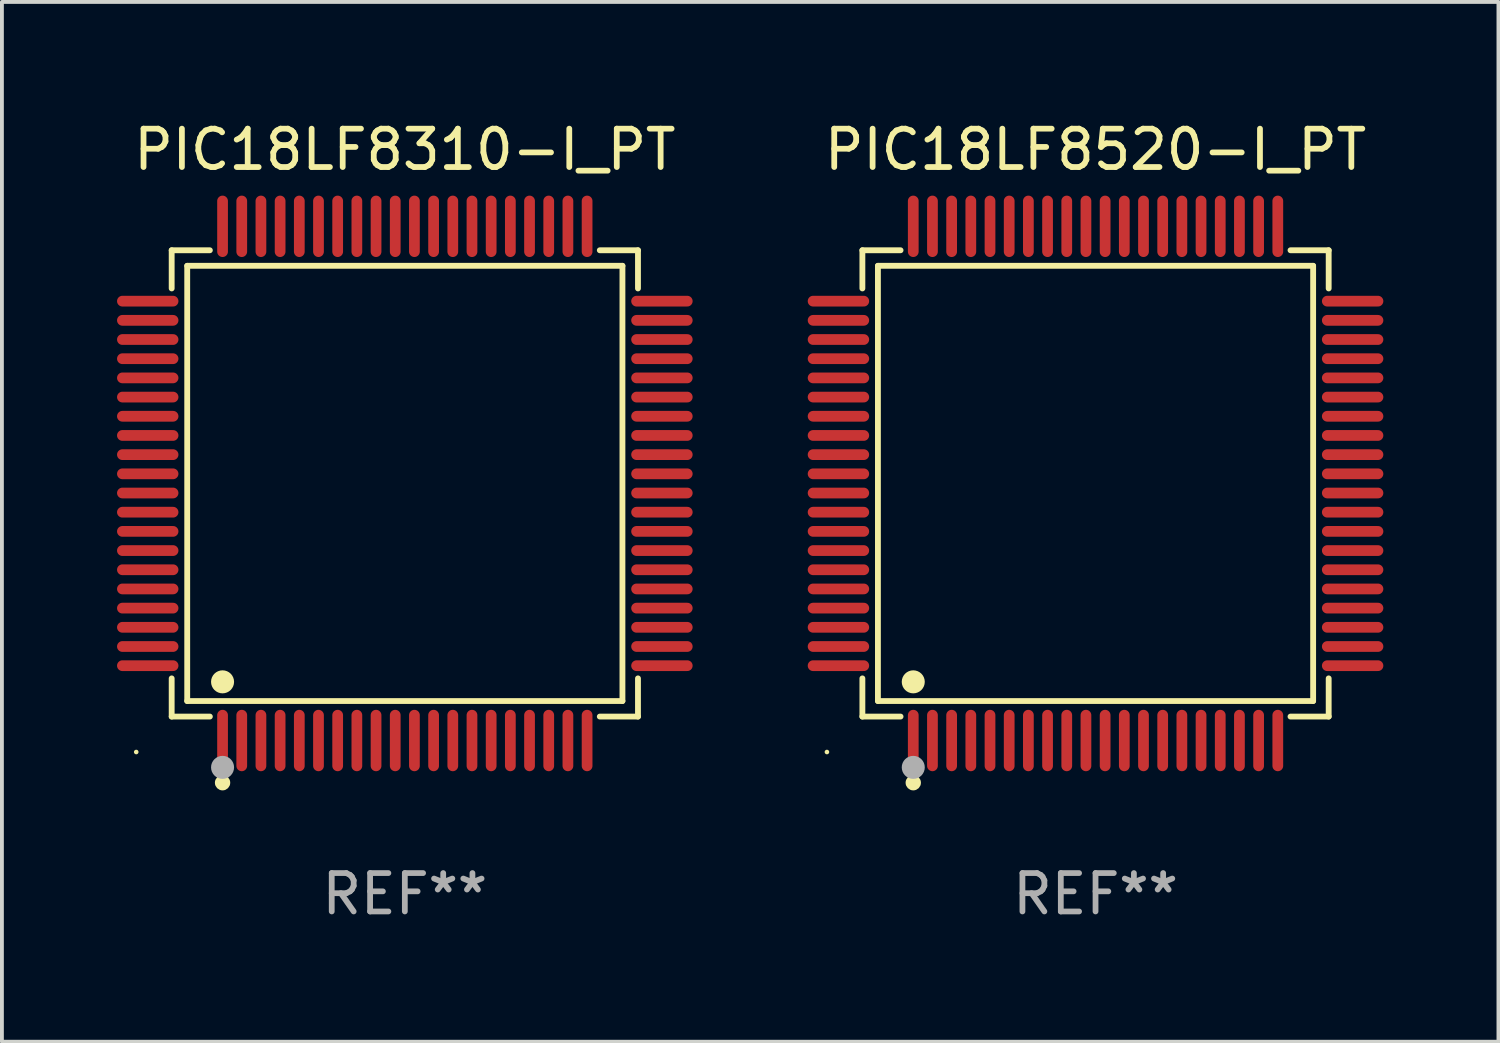
<source format=kicad_pcb>
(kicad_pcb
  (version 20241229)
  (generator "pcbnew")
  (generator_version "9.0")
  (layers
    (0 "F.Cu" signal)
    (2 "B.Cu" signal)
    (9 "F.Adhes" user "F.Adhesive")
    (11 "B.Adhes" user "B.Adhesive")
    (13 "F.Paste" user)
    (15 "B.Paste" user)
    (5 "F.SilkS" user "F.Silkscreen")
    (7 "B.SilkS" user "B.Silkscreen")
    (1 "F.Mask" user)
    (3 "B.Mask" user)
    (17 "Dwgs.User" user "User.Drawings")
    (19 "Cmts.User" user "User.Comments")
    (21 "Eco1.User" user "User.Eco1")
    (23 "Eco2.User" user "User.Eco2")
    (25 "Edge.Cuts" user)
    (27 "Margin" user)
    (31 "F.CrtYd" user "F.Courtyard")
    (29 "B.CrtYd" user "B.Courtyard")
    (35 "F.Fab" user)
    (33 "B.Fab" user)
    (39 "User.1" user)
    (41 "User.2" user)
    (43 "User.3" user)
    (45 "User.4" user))
  (footprint "PIC18LF8310-I_PT"
    (layer "F.Cu")
    (at 7.5 9.548)
    (property "Reference" "PIC18LF8310-I_PT" (at 0 -8.7 0) (layer "F.SilkS") (effects (font (size 1 1) (thickness 0.15))))
    (attr through_hole)
    (fp_line (start -6.076 -6.076) (end -5.081 -6.076) (stroke (width 0.152) (type solid)) (layer "F.SilkS"))
    (fp_line (start -6.076 -5.081) (end -6.076 -6.076) (stroke (width 0.152) (type solid)) (layer "F.SilkS"))
    (fp_line (start -6.076 5.081) (end -6.076 6.076) (stroke (width 0.152) (type solid)) (layer "F.SilkS"))
    (fp_line (start -6.076 6.076) (end -5.081 6.076) (stroke (width 0.152) (type solid)) (layer "F.SilkS"))
    (fp_line (start -5.671 -5.671) (end 5.671 -5.671) (stroke (width 0.152) (type solid)) (layer "F.SilkS"))
    (fp_line (start -5.671 5.671) (end -5.671 -5.671) (stroke (width 0.152) (type solid)) (layer "F.SilkS"))
    (fp_line (start 5.671 -5.671) (end 5.671 5.671) (stroke (width 0.152) (type solid)) (layer "F.SilkS"))
    (fp_line (start 5.671 5.671) (end -5.671 5.671) (stroke (width 0.152) (type solid)) (layer "F.SilkS"))
    (fp_line (start 6.076 -6.076) (end 5.081 -6.076) (stroke (width 0.152) (type solid)) (layer "F.SilkS"))
    (fp_line (start 6.076 -5.081) (end 6.076 -6.076) (stroke (width 0.152) (type solid)) (layer "F.SilkS"))
    (fp_line (start 6.076 5.081) (end 6.076 6.076) (stroke (width 0.152) (type solid)) (layer "F.SilkS"))
    (fp_line (start 6.076 6.076) (end 5.081 6.076) (stroke (width 0.152) (type solid)) (layer "F.SilkS"))
    (fp_circle (center -7 7) (end -6.97 7) (stroke (width 0.06) (type solid)) (fill no) (layer "F.SilkS"))
    (fp_circle (center -4.75 5.171) (end -4.6 5.171) (stroke (width 0.3) (type solid)) (fill no) (layer "F.SilkS"))
    (fp_circle (center -4.75 7.8) (end -4.65 7.8) (stroke (width 0.2) (type solid)) (fill no) (layer "F.SilkS"))
    (fp_circle (center -4.75 7.4) (end -4.6 7.4) (stroke (width 0.3) (type solid)) (fill no) (layer "F.Fab"))
    (fp_text user "REF**" (at 0 10.7 0) (layer "F.Fab") (effects (font (size 1 1) (thickness 0.15))))
    (pad "1" smd oval (at -4.75 6.7) (size 0.28 1.6) (layers "F.Cu" "F.Mask" "F.Paste"))
    (pad "2" smd oval (at -4.25 6.7) (size 0.28 1.6) (layers "F.Cu" "F.Mask" "F.Paste"))
    (pad "3" smd oval (at -3.75 6.7) (size 0.28 1.6) (layers "F.Cu" "F.Mask" "F.Paste"))
    (pad "4" smd oval (at -3.25 6.7) (size 0.28 1.6) (layers "F.Cu" "F.Mask" "F.Paste"))
    (pad "5" smd oval (at -2.75 6.7) (size 0.28 1.6) (layers "F.Cu" "F.Mask" "F.Paste"))
    (pad "6" smd oval (at -2.25 6.7) (size 0.28 1.6) (layers "F.Cu" "F.Mask" "F.Paste"))
    (pad "7" smd oval (at -1.75 6.7) (size 0.28 1.6) (layers "F.Cu" "F.Mask" "F.Paste"))
    (pad "8" smd oval (at -1.25 6.7) (size 0.28 1.6) (layers "F.Cu" "F.Mask" "F.Paste"))
    (pad "9" smd oval (at -0.75 6.7) (size 0.28 1.6) (layers "F.Cu" "F.Mask" "F.Paste"))
    (pad "10" smd oval (at -0.25 6.7) (size 0.28 1.6) (layers "F.Cu" "F.Mask" "F.Paste"))
    (pad "11" smd oval (at 0.25 6.7) (size 0.28 1.6) (layers "F.Cu" "F.Mask" "F.Paste"))
    (pad "12" smd oval (at 0.75 6.7) (size 0.28 1.6) (layers "F.Cu" "F.Mask" "F.Paste"))
    (pad "13" smd oval (at 1.25 6.7) (size 0.28 1.6) (layers "F.Cu" "F.Mask" "F.Paste"))
    (pad "14" smd oval (at 1.75 6.7) (size 0.28 1.6) (layers "F.Cu" "F.Mask" "F.Paste"))
    (pad "15" smd oval (at 2.25 6.7) (size 0.28 1.6) (layers "F.Cu" "F.Mask" "F.Paste"))
    (pad "16" smd oval (at 2.75 6.7) (size 0.28 1.6) (layers "F.Cu" "F.Mask" "F.Paste"))
    (pad "17" smd oval (at 3.25 6.7) (size 0.28 1.6) (layers "F.Cu" "F.Mask" "F.Paste"))
    (pad "18" smd oval (at 3.75 6.7) (size 0.28 1.6) (layers "F.Cu" "F.Mask" "F.Paste"))
    (pad "19" smd oval (at 4.25 6.7) (size 0.28 1.6) (layers "F.Cu" "F.Mask" "F.Paste"))
    (pad "20" smd oval (at 4.75 6.7) (size 0.28 1.6) (layers "F.Cu" "F.Mask" "F.Paste"))
    (pad "21" smd oval (at 6.7 4.75) (size 1.6 0.28) (layers "F.Cu" "F.Mask" "F.Paste"))
    (pad "22" smd oval (at 6.7 4.25) (size 1.6 0.28) (layers "F.Cu" "F.Mask" "F.Paste"))
    (pad "23" smd oval (at 6.7 3.75) (size 1.6 0.28) (layers "F.Cu" "F.Mask" "F.Paste"))
    (pad "24" smd oval (at 6.7 3.25) (size 1.6 0.28) (layers "F.Cu" "F.Mask" "F.Paste"))
    (pad "25" smd oval (at 6.7 2.75) (size 1.6 0.28) (layers "F.Cu" "F.Mask" "F.Paste"))
    (pad "26" smd oval (at 6.7 2.25) (size 1.6 0.28) (layers "F.Cu" "F.Mask" "F.Paste"))
    (pad "27" smd oval (at 6.7 1.75) (size 1.6 0.28) (layers "F.Cu" "F.Mask" "F.Paste"))
    (pad "28" smd oval (at 6.7 1.25) (size 1.6 0.28) (layers "F.Cu" "F.Mask" "F.Paste"))
    (pad "29" smd oval (at 6.7 0.75) (size 1.6 0.28) (layers "F.Cu" "F.Mask" "F.Paste"))
    (pad "30" smd oval (at 6.7 0.25) (size 1.6 0.28) (layers "F.Cu" "F.Mask" "F.Paste"))
    (pad "31" smd oval (at 6.7 -0.25) (size 1.6 0.28) (layers "F.Cu" "F.Mask" "F.Paste"))
    (pad "32" smd oval (at 6.7 -0.75) (size 1.6 0.28) (layers "F.Cu" "F.Mask" "F.Paste"))
    (pad "33" smd oval (at 6.7 -1.25) (size 1.6 0.28) (layers "F.Cu" "F.Mask" "F.Paste"))
    (pad "34" smd oval (at 6.7 -1.75) (size 1.6 0.28) (layers "F.Cu" "F.Mask" "F.Paste"))
    (pad "35" smd oval (at 6.7 -2.25) (size 1.6 0.28) (layers "F.Cu" "F.Mask" "F.Paste"))
    (pad "36" smd oval (at 6.7 -2.75) (size 1.6 0.28) (layers "F.Cu" "F.Mask" "F.Paste"))
    (pad "37" smd oval (at 6.7 -3.25) (size 1.6 0.28) (layers "F.Cu" "F.Mask" "F.Paste"))
    (pad "38" smd oval (at 6.7 -3.75) (size 1.6 0.28) (layers "F.Cu" "F.Mask" "F.Paste"))
    (pad "39" smd oval (at 6.7 -4.25) (size 1.6 0.28) (layers "F.Cu" "F.Mask" "F.Paste"))
    (pad "40" smd oval (at 6.7 -4.75) (size 1.6 0.28) (layers "F.Cu" "F.Mask" "F.Paste"))
    (pad "41" smd oval (at 4.75 -6.7) (size 0.28 1.6) (layers "F.Cu" "F.Mask" "F.Paste"))
    (pad "42" smd oval (at 4.25 -6.7) (size 0.28 1.6) (layers "F.Cu" "F.Mask" "F.Paste"))
    (pad "43" smd oval (at 3.75 -6.7) (size 0.28 1.6) (layers "F.Cu" "F.Mask" "F.Paste"))
    (pad "44" smd oval (at 3.25 -6.7) (size 0.28 1.6) (layers "F.Cu" "F.Mask" "F.Paste"))
    (pad "45" smd oval (at 2.75 -6.7) (size 0.28 1.6) (layers "F.Cu" "F.Mask" "F.Paste"))
    (pad "46" smd oval (at 2.25 -6.7) (size 0.28 1.6) (layers "F.Cu" "F.Mask" "F.Paste"))
    (pad "47" smd oval (at 1.75 -6.7) (size 0.28 1.6) (layers "F.Cu" "F.Mask" "F.Paste"))
    (pad "48" smd oval (at 1.25 -6.7) (size 0.28 1.6) (layers "F.Cu" "F.Mask" "F.Paste"))
    (pad "49" smd oval (at 0.75 -6.7) (size 0.28 1.6) (layers "F.Cu" "F.Mask" "F.Paste"))
    (pad "50" smd oval (at 0.25 -6.7) (size 0.28 1.6) (layers "F.Cu" "F.Mask" "F.Paste"))
    (pad "51" smd oval (at -0.25 -6.7) (size 0.28 1.6) (layers "F.Cu" "F.Mask" "F.Paste"))
    (pad "52" smd oval (at -0.75 -6.7) (size 0.28 1.6) (layers "F.Cu" "F.Mask" "F.Paste"))
    (pad "53" smd oval (at -1.25 -6.7) (size 0.28 1.6) (layers "F.Cu" "F.Mask" "F.Paste"))
    (pad "54" smd oval (at -1.75 -6.7) (size 0.28 1.6) (layers "F.Cu" "F.Mask" "F.Paste"))
    (pad "55" smd oval (at -2.25 -6.7) (size 0.28 1.6) (layers "F.Cu" "F.Mask" "F.Paste"))
    (pad "56" smd oval (at -2.75 -6.7) (size 0.28 1.6) (layers "F.Cu" "F.Mask" "F.Paste"))
    (pad "57" smd oval (at -3.25 -6.7) (size 0.28 1.6) (layers "F.Cu" "F.Mask" "F.Paste"))
    (pad "58" smd oval (at -3.75 -6.7) (size 0.28 1.6) (layers "F.Cu" "F.Mask" "F.Paste"))
    (pad "59" smd oval (at -4.25 -6.7) (size 0.28 1.6) (layers "F.Cu" "F.Mask" "F.Paste"))
    (pad "60" smd oval (at -4.75 -6.7) (size 0.28 1.6) (layers "F.Cu" "F.Mask" "F.Paste"))
    (pad "61" smd oval (at -6.7 -4.75) (size 1.6 0.28) (layers "F.Cu" "F.Mask" "F.Paste"))
    (pad "62" smd oval (at -6.7 -4.25) (size 1.6 0.28) (layers "F.Cu" "F.Mask" "F.Paste"))
    (pad "63" smd oval (at -6.7 -3.75) (size 1.6 0.28) (layers "F.Cu" "F.Mask" "F.Paste"))
    (pad "64" smd oval (at -6.7 -3.25) (size 1.6 0.28) (layers "F.Cu" "F.Mask" "F.Paste"))
    (pad "65" smd oval (at -6.7 -2.75) (size 1.6 0.28) (layers "F.Cu" "F.Mask" "F.Paste"))
    (pad "66" smd oval (at -6.7 -2.25) (size 1.6 0.28) (layers "F.Cu" "F.Mask" "F.Paste"))
    (pad "67" smd oval (at -6.7 -1.75) (size 1.6 0.28) (layers "F.Cu" "F.Mask" "F.Paste"))
    (pad "68" smd oval (at -6.7 -1.25) (size 1.6 0.28) (layers "F.Cu" "F.Mask" "F.Paste"))
    (pad "69" smd oval (at -6.7 -0.75) (size 1.6 0.28) (layers "F.Cu" "F.Mask" "F.Paste"))
    (pad "70" smd oval (at -6.7 -0.25) (size 1.6 0.28) (layers "F.Cu" "F.Mask" "F.Paste"))
    (pad "71" smd oval (at -6.7 0.25) (size 1.6 0.28) (layers "F.Cu" "F.Mask" "F.Paste"))
    (pad "72" smd oval (at -6.7 0.75) (size 1.6 0.28) (layers "F.Cu" "F.Mask" "F.Paste"))
    (pad "73" smd oval (at -6.7 1.25) (size 1.6 0.28) (layers "F.Cu" "F.Mask" "F.Paste"))
    (pad "74" smd oval (at -6.7 1.75) (size 1.6 0.28) (layers "F.Cu" "F.Mask" "F.Paste"))
    (pad "75" smd oval (at -6.7 2.25) (size 1.6 0.28) (layers "F.Cu" "F.Mask" "F.Paste"))
    (pad "76" smd oval (at -6.7 2.75) (size 1.6 0.28) (layers "F.Cu" "F.Mask" "F.Paste"))
    (pad "77" smd oval (at -6.7 3.25) (size 1.6 0.28) (layers "F.Cu" "F.Mask" "F.Paste"))
    (pad "78" smd oval (at -6.7 3.75) (size 1.6 0.28) (layers "F.Cu" "F.Mask" "F.Paste"))
    (pad "79" smd oval (at -6.7 4.25) (size 1.6 0.28) (layers "F.Cu" "F.Mask" "F.Paste"))
    (pad "80" smd oval (at -6.7 4.75) (size 1.6 0.28) (layers "F.Cu" "F.Mask" "F.Paste")))
  (footprint "PIC18LF8520-I_PT"
    (layer "F.Cu")
    (at 25.5 9.548)
    (property "Reference" "PIC18LF8520-I_PT" (at 0 -8.7 0) (layer "F.SilkS") (effects (font (size 1 1) (thickness 0.15))))
    (attr through_hole)
    (fp_line (start -6.076 -6.076) (end -5.081 -6.076) (stroke (width 0.152) (type solid)) (layer "F.SilkS"))
    (fp_line (start -6.076 -5.081) (end -6.076 -6.076) (stroke (width 0.152) (type solid)) (layer "F.SilkS"))
    (fp_line (start -6.076 5.081) (end -6.076 6.076) (stroke (width 0.152) (type solid)) (layer "F.SilkS"))
    (fp_line (start -6.076 6.076) (end -5.081 6.076) (stroke (width 0.152) (type solid)) (layer "F.SilkS"))
    (fp_line (start -5.671 -5.671) (end 5.671 -5.671) (stroke (width 0.152) (type solid)) (layer "F.SilkS"))
    (fp_line (start -5.671 5.671) (end -5.671 -5.671) (stroke (width 0.152) (type solid)) (layer "F.SilkS"))
    (fp_line (start 5.671 -5.671) (end 5.671 5.671) (stroke (width 0.152) (type solid)) (layer "F.SilkS"))
    (fp_line (start 5.671 5.671) (end -5.671 5.671) (stroke (width 0.152) (type solid)) (layer "F.SilkS"))
    (fp_line (start 6.076 -6.076) (end 5.081 -6.076) (stroke (width 0.152) (type solid)) (layer "F.SilkS"))
    (fp_line (start 6.076 -5.081) (end 6.076 -6.076) (stroke (width 0.152) (type solid)) (layer "F.SilkS"))
    (fp_line (start 6.076 5.081) (end 6.076 6.076) (stroke (width 0.152) (type solid)) (layer "F.SilkS"))
    (fp_line (start 6.076 6.076) (end 5.081 6.076) (stroke (width 0.152) (type solid)) (layer "F.SilkS"))
    (fp_circle (center -7 7) (end -6.97 7) (stroke (width 0.06) (type solid)) (fill no) (layer "F.SilkS"))
    (fp_circle (center -4.75 5.171) (end -4.6 5.171) (stroke (width 0.3) (type solid)) (fill no) (layer "F.SilkS"))
    (fp_circle (center -4.75 7.8) (end -4.65 7.8) (stroke (width 0.2) (type solid)) (fill no) (layer "F.SilkS"))
    (fp_circle (center -4.75 7.4) (end -4.6 7.4) (stroke (width 0.3) (type solid)) (fill no) (layer "F.Fab"))
    (fp_text user "REF**" (at 0 10.7 0) (layer "F.Fab") (effects (font (size 1 1) (thickness 0.15))))
    (pad "1" smd oval (at -4.75 6.7) (size 0.28 1.6) (layers "F.Cu" "F.Mask" "F.Paste"))
    (pad "2" smd oval (at -4.25 6.7) (size 0.28 1.6) (layers "F.Cu" "F.Mask" "F.Paste"))
    (pad "3" smd oval (at -3.75 6.7) (size 0.28 1.6) (layers "F.Cu" "F.Mask" "F.Paste"))
    (pad "4" smd oval (at -3.25 6.7) (size 0.28 1.6) (layers "F.Cu" "F.Mask" "F.Paste"))
    (pad "5" smd oval (at -2.75 6.7) (size 0.28 1.6) (layers "F.Cu" "F.Mask" "F.Paste"))
    (pad "6" smd oval (at -2.25 6.7) (size 0.28 1.6) (layers "F.Cu" "F.Mask" "F.Paste"))
    (pad "7" smd oval (at -1.75 6.7) (size 0.28 1.6) (layers "F.Cu" "F.Mask" "F.Paste"))
    (pad "8" smd oval (at -1.25 6.7) (size 0.28 1.6) (layers "F.Cu" "F.Mask" "F.Paste"))
    (pad "9" smd oval (at -0.75 6.7) (size 0.28 1.6) (layers "F.Cu" "F.Mask" "F.Paste"))
    (pad "10" smd oval (at -0.25 6.7) (size 0.28 1.6) (layers "F.Cu" "F.Mask" "F.Paste"))
    (pad "11" smd oval (at 0.25 6.7) (size 0.28 1.6) (layers "F.Cu" "F.Mask" "F.Paste"))
    (pad "12" smd oval (at 0.75 6.7) (size 0.28 1.6) (layers "F.Cu" "F.Mask" "F.Paste"))
    (pad "13" smd oval (at 1.25 6.7) (size 0.28 1.6) (layers "F.Cu" "F.Mask" "F.Paste"))
    (pad "14" smd oval (at 1.75 6.7) (size 0.28 1.6) (layers "F.Cu" "F.Mask" "F.Paste"))
    (pad "15" smd oval (at 2.25 6.7) (size 0.28 1.6) (layers "F.Cu" "F.Mask" "F.Paste"))
    (pad "16" smd oval (at 2.75 6.7) (size 0.28 1.6) (layers "F.Cu" "F.Mask" "F.Paste"))
    (pad "17" smd oval (at 3.25 6.7) (size 0.28 1.6) (layers "F.Cu" "F.Mask" "F.Paste"))
    (pad "18" smd oval (at 3.75 6.7) (size 0.28 1.6) (layers "F.Cu" "F.Mask" "F.Paste"))
    (pad "19" smd oval (at 4.25 6.7) (size 0.28 1.6) (layers "F.Cu" "F.Mask" "F.Paste"))
    (pad "20" smd oval (at 4.75 6.7) (size 0.28 1.6) (layers "F.Cu" "F.Mask" "F.Paste"))
    (pad "21" smd oval (at 6.7 4.75) (size 1.6 0.28) (layers "F.Cu" "F.Mask" "F.Paste"))
    (pad "22" smd oval (at 6.7 4.25) (size 1.6 0.28) (layers "F.Cu" "F.Mask" "F.Paste"))
    (pad "23" smd oval (at 6.7 3.75) (size 1.6 0.28) (layers "F.Cu" "F.Mask" "F.Paste"))
    (pad "24" smd oval (at 6.7 3.25) (size 1.6 0.28) (layers "F.Cu" "F.Mask" "F.Paste"))
    (pad "25" smd oval (at 6.7 2.75) (size 1.6 0.28) (layers "F.Cu" "F.Mask" "F.Paste"))
    (pad "26" smd oval (at 6.7 2.25) (size 1.6 0.28) (layers "F.Cu" "F.Mask" "F.Paste"))
    (pad "27" smd oval (at 6.7 1.75) (size 1.6 0.28) (layers "F.Cu" "F.Mask" "F.Paste"))
    (pad "28" smd oval (at 6.7 1.25) (size 1.6 0.28) (layers "F.Cu" "F.Mask" "F.Paste"))
    (pad "29" smd oval (at 6.7 0.75) (size 1.6 0.28) (layers "F.Cu" "F.Mask" "F.Paste"))
    (pad "30" smd oval (at 6.7 0.25) (size 1.6 0.28) (layers "F.Cu" "F.Mask" "F.Paste"))
    (pad "31" smd oval (at 6.7 -0.25) (size 1.6 0.28) (layers "F.Cu" "F.Mask" "F.Paste"))
    (pad "32" smd oval (at 6.7 -0.75) (size 1.6 0.28) (layers "F.Cu" "F.Mask" "F.Paste"))
    (pad "33" smd oval (at 6.7 -1.25) (size 1.6 0.28) (layers "F.Cu" "F.Mask" "F.Paste"))
    (pad "34" smd oval (at 6.7 -1.75) (size 1.6 0.28) (layers "F.Cu" "F.Mask" "F.Paste"))
    (pad "35" smd oval (at 6.7 -2.25) (size 1.6 0.28) (layers "F.Cu" "F.Mask" "F.Paste"))
    (pad "36" smd oval (at 6.7 -2.75) (size 1.6 0.28) (layers "F.Cu" "F.Mask" "F.Paste"))
    (pad "37" smd oval (at 6.7 -3.25) (size 1.6 0.28) (layers "F.Cu" "F.Mask" "F.Paste"))
    (pad "38" smd oval (at 6.7 -3.75) (size 1.6 0.28) (layers "F.Cu" "F.Mask" "F.Paste"))
    (pad "39" smd oval (at 6.7 -4.25) (size 1.6 0.28) (layers "F.Cu" "F.Mask" "F.Paste"))
    (pad "40" smd oval (at 6.7 -4.75) (size 1.6 0.28) (layers "F.Cu" "F.Mask" "F.Paste"))
    (pad "41" smd oval (at 4.75 -6.7) (size 0.28 1.6) (layers "F.Cu" "F.Mask" "F.Paste"))
    (pad "42" smd oval (at 4.25 -6.7) (size 0.28 1.6) (layers "F.Cu" "F.Mask" "F.Paste"))
    (pad "43" smd oval (at 3.75 -6.7) (size 0.28 1.6) (layers "F.Cu" "F.Mask" "F.Paste"))
    (pad "44" smd oval (at 3.25 -6.7) (size 0.28 1.6) (layers "F.Cu" "F.Mask" "F.Paste"))
    (pad "45" smd oval (at 2.75 -6.7) (size 0.28 1.6) (layers "F.Cu" "F.Mask" "F.Paste"))
    (pad "46" smd oval (at 2.25 -6.7) (size 0.28 1.6) (layers "F.Cu" "F.Mask" "F.Paste"))
    (pad "47" smd oval (at 1.75 -6.7) (size 0.28 1.6) (layers "F.Cu" "F.Mask" "F.Paste"))
    (pad "48" smd oval (at 1.25 -6.7) (size 0.28 1.6) (layers "F.Cu" "F.Mask" "F.Paste"))
    (pad "49" smd oval (at 0.75 -6.7) (size 0.28 1.6) (layers "F.Cu" "F.Mask" "F.Paste"))
    (pad "50" smd oval (at 0.25 -6.7) (size 0.28 1.6) (layers "F.Cu" "F.Mask" "F.Paste"))
    (pad "51" smd oval (at -0.25 -6.7) (size 0.28 1.6) (layers "F.Cu" "F.Mask" "F.Paste"))
    (pad "52" smd oval (at -0.75 -6.7) (size 0.28 1.6) (layers "F.Cu" "F.Mask" "F.Paste"))
    (pad "53" smd oval (at -1.25 -6.7) (size 0.28 1.6) (layers "F.Cu" "F.Mask" "F.Paste"))
    (pad "54" smd oval (at -1.75 -6.7) (size 0.28 1.6) (layers "F.Cu" "F.Mask" "F.Paste"))
    (pad "55" smd oval (at -2.25 -6.7) (size 0.28 1.6) (layers "F.Cu" "F.Mask" "F.Paste"))
    (pad "56" smd oval (at -2.75 -6.7) (size 0.28 1.6) (layers "F.Cu" "F.Mask" "F.Paste"))
    (pad "57" smd oval (at -3.25 -6.7) (size 0.28 1.6) (layers "F.Cu" "F.Mask" "F.Paste"))
    (pad "58" smd oval (at -3.75 -6.7) (size 0.28 1.6) (layers "F.Cu" "F.Mask" "F.Paste"))
    (pad "59" smd oval (at -4.25 -6.7) (size 0.28 1.6) (layers "F.Cu" "F.Mask" "F.Paste"))
    (pad "60" smd oval (at -4.75 -6.7) (size 0.28 1.6) (layers "F.Cu" "F.Mask" "F.Paste"))
    (pad "61" smd oval (at -6.7 -4.75) (size 1.6 0.28) (layers "F.Cu" "F.Mask" "F.Paste"))
    (pad "62" smd oval (at -6.7 -4.25) (size 1.6 0.28) (layers "F.Cu" "F.Mask" "F.Paste"))
    (pad "63" smd oval (at -6.7 -3.75) (size 1.6 0.28) (layers "F.Cu" "F.Mask" "F.Paste"))
    (pad "64" smd oval (at -6.7 -3.25) (size 1.6 0.28) (layers "F.Cu" "F.Mask" "F.Paste"))
    (pad "65" smd oval (at -6.7 -2.75) (size 1.6 0.28) (layers "F.Cu" "F.Mask" "F.Paste"))
    (pad "66" smd oval (at -6.7 -2.25) (size 1.6 0.28) (layers "F.Cu" "F.Mask" "F.Paste"))
    (pad "67" smd oval (at -6.7 -1.75) (size 1.6 0.28) (layers "F.Cu" "F.Mask" "F.Paste"))
    (pad "68" smd oval (at -6.7 -1.25) (size 1.6 0.28) (layers "F.Cu" "F.Mask" "F.Paste"))
    (pad "69" smd oval (at -6.7 -0.75) (size 1.6 0.28) (layers "F.Cu" "F.Mask" "F.Paste"))
    (pad "70" smd oval (at -6.7 -0.25) (size 1.6 0.28) (layers "F.Cu" "F.Mask" "F.Paste"))
    (pad "71" smd oval (at -6.7 0.25) (size 1.6 0.28) (layers "F.Cu" "F.Mask" "F.Paste"))
    (pad "72" smd oval (at -6.7 0.75) (size 1.6 0.28) (layers "F.Cu" "F.Mask" "F.Paste"))
    (pad "73" smd oval (at -6.7 1.25) (size 1.6 0.28) (layers "F.Cu" "F.Mask" "F.Paste"))
    (pad "74" smd oval (at -6.7 1.75) (size 1.6 0.28) (layers "F.Cu" "F.Mask" "F.Paste"))
    (pad "75" smd oval (at -6.7 2.25) (size 1.6 0.28) (layers "F.Cu" "F.Mask" "F.Paste"))
    (pad "76" smd oval (at -6.7 2.75) (size 1.6 0.28) (layers "F.Cu" "F.Mask" "F.Paste"))
    (pad "77" smd oval (at -6.7 3.25) (size 1.6 0.28) (layers "F.Cu" "F.Mask" "F.Paste"))
    (pad "78" smd oval (at -6.7 3.75) (size 1.6 0.28) (layers "F.Cu" "F.Mask" "F.Paste"))
    (pad "79" smd oval (at -6.7 4.25) (size 1.6 0.28) (layers "F.Cu" "F.Mask" "F.Paste"))
    (pad "80" smd oval (at -6.7 4.75) (size 1.6 0.28) (layers "F.Cu" "F.Mask" "F.Paste")))
  (gr_rect
    (start -3 -3)
    (end 36 24.097)
    (stroke (width 0.1) (type default))
    (fill no)
    (layer "Edge.Cuts")))
</source>
